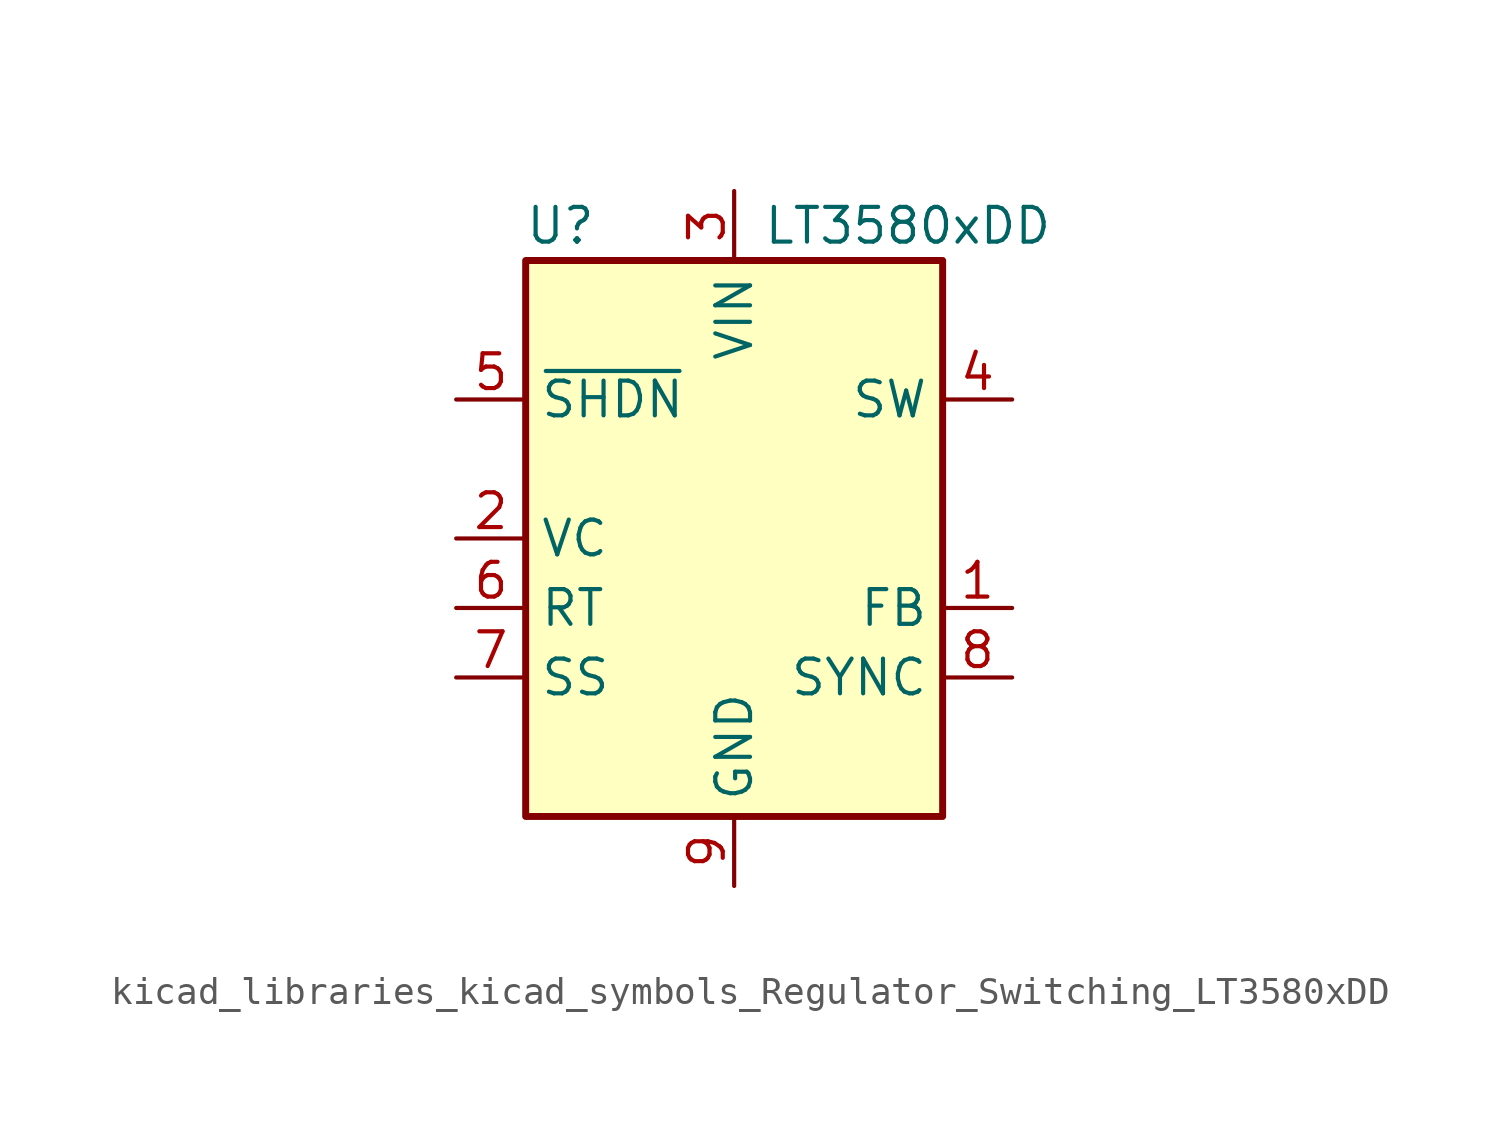
<source format=kicad_sym>
(kicad_symbol_lib
  (version 20220914)
  (generator kicad_symbol_editor)
  (symbol "kicad_libraries_kicad_symbols_Regulator_Switching_LT3580xDD"
    (property "Reference" "U"
      (at -6.35 11.43 0)
      (effects (font (size 1.27 1.27))))
    (property "Value" "LT3580xDD"
      (at 6.35 11.43 0)
      (effects (font (size 1.27 1.27))))
    (symbol "kicad_libraries_kicad_symbols_Regulator_Switching_LT3580xDD_0_1"
      (rectangle (start -7.62 10.16) (end 7.62 -10.16) (stroke (width 0.254) (type default)) (fill (type background))))
    (symbol "kicad_libraries_kicad_symbols_Regulator_Switching_LT3580xDD_1_1"
      (pin input line (at 10.16 -2.54 180) (length 2.54) (name "FB" (effects (font (size 1.27 1.27)))) (number "1" (effects (font (size 1.27 1.27)))))
      (pin passive line (at -10.16 0 0) (length 2.54) (name "VC" (effects (font (size 1.27 1.27)))) (number "2" (effects (font (size 1.27 1.27)))))
      (pin power_in line (at 0 12.7 270) (length 2.54) (name "VIN" (effects (font (size 1.27 1.27)))) (number "3" (effects (font (size 1.27 1.27)))))
      (pin open_collector line (at 10.16 5.08 180) (length 2.54) (name "SW" (effects (font (size 1.27 1.27)))) (number "4" (effects (font (size 1.27 1.27)))))
      (pin input line (at -10.16 5.08 0) (length 2.54) (name "~{SHDN}" (effects (font (size 1.27 1.27)))) (number "5" (effects (font (size 1.27 1.27)))))
      (pin passive line (at -10.16 -2.54 0) (length 2.54) (name "RT" (effects (font (size 1.27 1.27)))) (number "6" (effects (font (size 1.27 1.27)))))
      (pin passive line (at -10.16 -5.08 0) (length 2.54) (name "SS" (effects (font (size 1.27 1.27)))) (number "7" (effects (font (size 1.27 1.27)))))
      (pin input line (at 10.16 -5.08 180) (length 2.54) (name "SYNC" (effects (font (size 1.27 1.27)))) (number "8" (effects (font (size 1.27 1.27)))))
      (pin power_in line (at 0 -12.7 90) (length 2.54) (name "GND" (effects (font (size 1.27 1.27)))) (number "9" (effects (font (size 1.27 1.27))))))))
</source>
